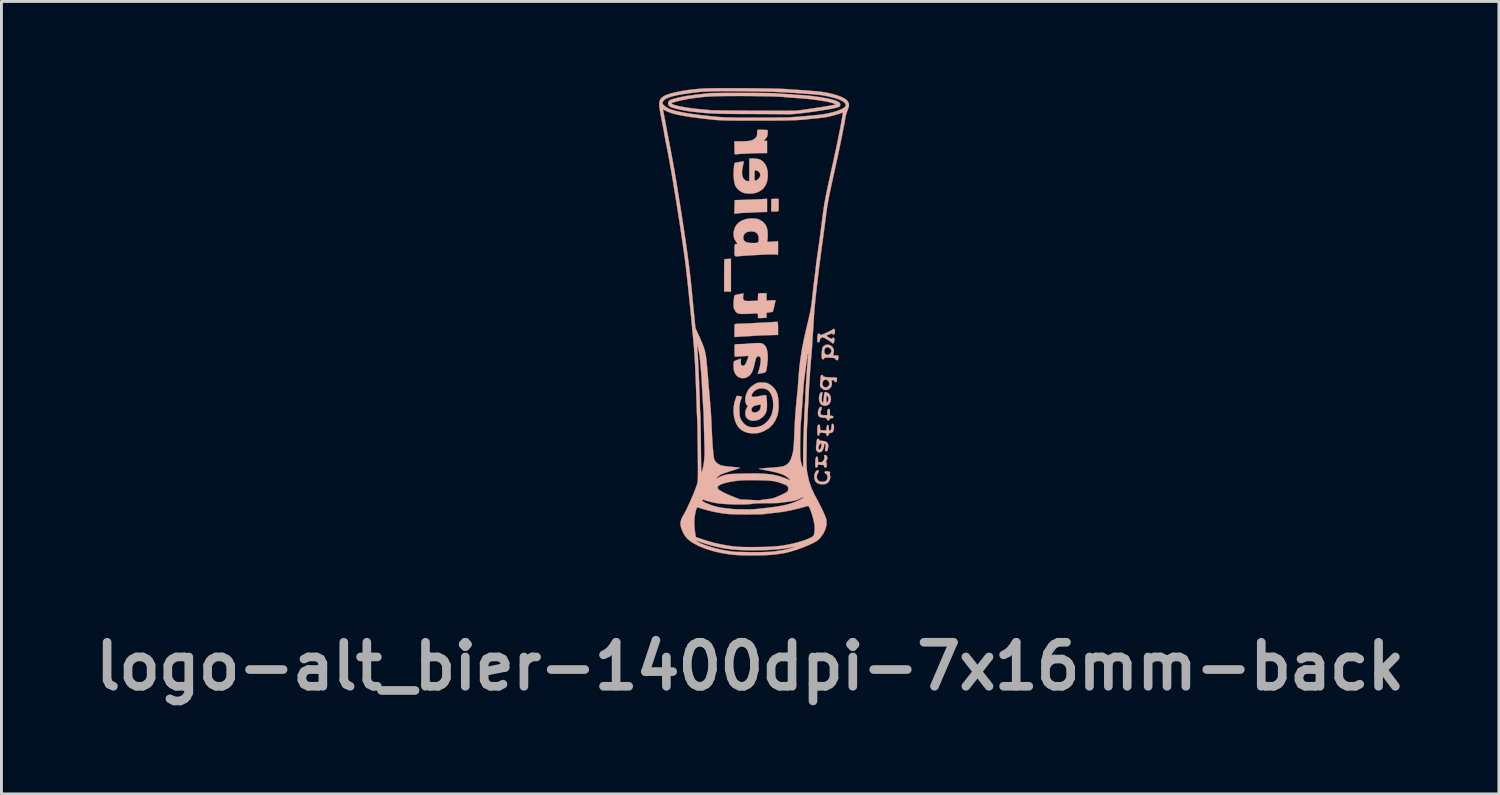
<source format=kicad_pcb>
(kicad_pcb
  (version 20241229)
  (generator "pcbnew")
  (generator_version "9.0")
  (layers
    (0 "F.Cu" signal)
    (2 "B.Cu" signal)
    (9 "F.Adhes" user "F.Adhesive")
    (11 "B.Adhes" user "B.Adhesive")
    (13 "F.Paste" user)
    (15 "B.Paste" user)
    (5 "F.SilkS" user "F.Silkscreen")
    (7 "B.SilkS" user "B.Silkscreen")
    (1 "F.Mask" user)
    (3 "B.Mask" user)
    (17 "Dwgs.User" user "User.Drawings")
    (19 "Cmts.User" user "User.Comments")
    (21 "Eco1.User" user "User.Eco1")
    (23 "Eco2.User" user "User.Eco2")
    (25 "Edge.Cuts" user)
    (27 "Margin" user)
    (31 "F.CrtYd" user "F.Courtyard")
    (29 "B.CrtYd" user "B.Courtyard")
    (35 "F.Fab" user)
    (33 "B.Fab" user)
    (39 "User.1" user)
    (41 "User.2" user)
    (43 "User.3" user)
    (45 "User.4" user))
  (footprint "logo-alt_bier-1400dpi-7x16mm-back"
    (layer "F.Cu")
    (at 22.99 7.962)
    (property "Reference" "logo-alt_bier-1400dpi-7x16mm-back" (at -0.05 12.075 0) (layer "F.Fab") (effects (font (size 1.524 1.524) (thickness 0.3))))
    (attr through_hole)
    (fp_poly (pts (xy -0.821 -2.041) (xy -0.88 -2.039) (xy -0.923 -2.036) (xy -0.939 -2.035) (xy -0.942 -2.018) (xy -0.945 -1.968) (xy -0.948 -1.891) (xy -0.95 -1.79) (xy -0.951 -1.671) (xy -0.952 -1.538) (xy -0.952 -1.472) (xy -0.952 -0.909) (xy -0.716 -0.909) (xy -0.716 -2.046) (xy -0.821 -2.041)) (stroke (width 0.01) (type solid)) (fill yes) (layer "B.SilkS"))
    (fp_poly (pts (xy 0.808 -4.123) (xy 0.681 -4.117) (xy 0.681 -3.685) (xy 0.808 -3.685) (xy 0.882 -3.687) (xy 0.923 -3.695) (xy 0.935 -3.708) (xy 0.936 -3.744) (xy 0.936 -3.804) (xy 0.936 -3.877) (xy 0.936 -3.953) (xy 0.936 -4.023) (xy 0.936 -4.076) (xy 0.936 -4.102) (xy 0.929 -4.117) (xy 0.904 -4.124) (xy 0.854 -4.125) (xy 0.808 -4.123)) (stroke (width 0.01) (type solid)) (fill yes) (layer "B.SilkS"))
    (fp_poly (pts (xy 0.368 -4.114) (xy 0.297 -4.11) (xy 0.199 -4.105) (xy 0.081 -4.1) (xy -0.046 -4.096) (xy -0.175 -4.091) (xy -0.19 -4.091) (xy -0.305 -4.088) (xy -0.407 -4.084) (xy -0.49 -4.082) (xy -0.549 -4.079) (xy -0.58 -4.078) (xy -0.583 -4.077) (xy -0.584 -4.06) (xy -0.587 -4.012) (xy -0.589 -3.942) (xy -0.592 -3.857) (xy -0.593 -3.844) (xy -0.6 -3.612) (xy -0.543 -3.612) (xy -0.501 -3.615) (xy -0.478 -3.621) (xy -0.478 -3.621) (xy -0.458 -3.624) (xy -0.408 -3.629) (xy -0.335 -3.634) (xy -0.245 -3.638) (xy -0.198 -3.64) (xy -0.094 -3.645) (xy 0.005 -3.649) (xy 0.09 -3.654) (xy 0.15 -3.657) (xy 0.164 -3.658) (xy 0.229 -3.661) (xy 0.312 -3.664) (xy 0.395 -3.666) (xy 0.535 -3.667) (xy 0.535 -4.125) (xy 0.368 -4.114)) (stroke (width 0.01) (type solid)) (fill yes) (layer "B.SilkS"))
    (fp_poly (pts (xy 2.282 5.281) (xy 2.241 5.305) (xy 2.205 5.356) (xy 2.179 5.423) (xy 2.168 5.495) (xy 2.168 5.499) (xy 2.182 5.602) (xy 2.222 5.681) (xy 2.288 5.734) (xy 2.38 5.762) (xy 2.45 5.767) (xy 2.542 5.76) (xy 2.61 5.736) (xy 2.615 5.733) (xy 2.669 5.681) (xy 2.707 5.609) (xy 2.724 5.531) (xy 2.718 5.469) (xy 2.709 5.422) (xy 2.713 5.387) (xy 2.714 5.384) (xy 2.719 5.352) (xy 2.692 5.328) (xy 2.638 5.315) (xy 2.611 5.314) (xy 2.56 5.316) (xy 2.537 5.327) (xy 2.531 5.349) (xy 2.531 5.351) (xy 2.548 5.387) (xy 2.575 5.404) (xy 2.613 5.436) (xy 2.632 5.487) (xy 2.632 5.546) (xy 2.613 5.603) (xy 2.576 5.647) (xy 2.562 5.655) (xy 2.484 5.679) (xy 2.403 5.679) (xy 2.333 5.655) (xy 2.304 5.632) (xy 2.269 5.574) (xy 2.257 5.501) (xy 2.271 5.428) (xy 2.297 5.379) (xy 2.321 5.335) (xy 2.322 5.299) (xy 2.302 5.281) (xy 2.282 5.281)) (stroke (width 0.01) (type solid)) (fill yes) (layer "B.SilkS"))
    (fp_poly (pts (xy 2.363 3.103) (xy 2.334 3.145) (xy 2.311 3.205) (xy 2.298 3.275) (xy 2.297 3.303) (xy 2.305 3.371) (xy 2.335 3.418) (xy 2.391 3.446) (xy 2.478 3.46) (xy 2.482 3.46) (xy 2.547 3.465) (xy 2.584 3.473) (xy 2.602 3.487) (xy 2.607 3.506) (xy 2.623 3.537) (xy 2.652 3.552) (xy 2.68 3.549) (xy 2.694 3.524) (xy 2.694 3.52) (xy 2.702 3.495) (xy 2.731 3.482) (xy 2.762 3.478) (xy 2.809 3.47) (xy 2.828 3.453) (xy 2.83 3.436) (xy 2.821 3.409) (xy 2.787 3.396) (xy 2.772 3.394) (xy 2.713 3.388) (xy 2.713 3.272) (xy 2.711 3.208) (xy 2.706 3.173) (xy 2.694 3.158) (xy 2.678 3.155) (xy 2.648 3.164) (xy 2.63 3.197) (xy 2.623 3.257) (xy 2.622 3.292) (xy 2.622 3.373) (xy 2.533 3.373) (xy 2.474 3.37) (xy 2.428 3.365) (xy 2.415 3.362) (xy 2.392 3.335) (xy 2.387 3.285) (xy 2.399 3.22) (xy 2.414 3.178) (xy 2.43 3.125) (xy 2.424 3.095) (xy 2.422 3.093) (xy 2.393 3.083) (xy 2.363 3.103)) (stroke (width 0.01) (type solid)) (fill yes) (layer "B.SilkS"))
    (fp_poly (pts (xy 2.531 2.586) (xy 2.517 2.627) (xy 2.508 2.697) (xy 2.503 2.756) (xy 2.496 2.832) (xy 2.488 2.892) (xy 2.48 2.929) (xy 2.475 2.937) (xy 2.456 2.923) (xy 2.439 2.898) (xy 2.428 2.853) (xy 2.429 2.78) (xy 2.443 2.678) (xy 2.451 2.632) (xy 2.457 2.591) (xy 2.448 2.576) (xy 2.421 2.577) (xy 2.385 2.6) (xy 2.357 2.652) (xy 2.339 2.73) (xy 2.333 2.807) (xy 2.346 2.897) (xy 2.384 2.969) (xy 2.441 3.02) (xy 2.512 3.044) (xy 2.592 3.039) (xy 2.644 3.018) (xy 2.701 2.968) (xy 2.736 2.899) (xy 2.749 2.819) (xy 2.746 2.794) (xy 2.666 2.794) (xy 2.665 2.833) (xy 2.65 2.874) (xy 2.625 2.922) (xy 2.606 2.935) (xy 2.593 2.912) (xy 2.586 2.855) (xy 2.586 2.82) (xy 2.589 2.745) (xy 2.6 2.703) (xy 2.616 2.694) (xy 2.637 2.719) (xy 2.65 2.745) (xy 2.666 2.794) (xy 2.746 2.794) (xy 2.74 2.739) (xy 2.71 2.667) (xy 2.658 2.612) (xy 2.641 2.602) (xy 2.589 2.578) (xy 2.554 2.571) (xy 2.531 2.586)) (stroke (width 0.01) (type solid)) (fill yes) (layer "B.SilkS"))
    (fp_poly (pts (xy 2.521 4.756) (xy 2.516 4.778) (xy 2.521 4.816) (xy 2.525 4.866) (xy 2.51 4.908) (xy 2.485 4.944) (xy 2.45 4.985) (xy 2.416 5.001) (xy 2.371 5.002) (xy 2.304 4.996) (xy 2.299 4.901) (xy 2.293 4.844) (xy 2.283 4.815) (xy 2.265 4.806) (xy 2.26 4.806) (xy 2.237 4.819) (xy 2.22 4.858) (xy 2.209 4.928) (xy 2.205 5.03) (xy 2.205 5.064) (xy 2.206 5.13) (xy 2.21 5.167) (xy 2.221 5.183) (xy 2.24 5.187) (xy 2.241 5.187) (xy 2.272 5.175) (xy 2.289 5.134) (xy 2.289 5.131) (xy 2.301 5.092) (xy 2.322 5.081) (xy 2.355 5.085) (xy 2.414 5.094) (xy 2.461 5.096) (xy 2.499 5.102) (xy 2.512 5.124) (xy 2.513 5.141) (xy 2.522 5.178) (xy 2.546 5.187) (xy 2.581 5.181) (xy 2.592 5.175) (xy 2.601 5.148) (xy 2.604 5.102) (xy 2.601 5.053) (xy 2.592 5.015) (xy 2.582 5.001) (xy 2.573 4.986) (xy 2.59 4.952) (xy 2.591 4.95) (xy 2.618 4.892) (xy 2.622 4.834) (xy 2.605 4.786) (xy 2.57 4.756) (xy 2.544 4.751) (xy 2.521 4.756)) (stroke (width 0.01) (type solid)) (fill yes) (layer "B.SilkS"))
    (fp_poly (pts (xy 0.818 0.14) (xy 0.75 0.144) (xy 0.731 0.146) (xy 0.66 0.151) (xy 0.564 0.157) (xy 0.452 0.163) (xy 0.337 0.169) (xy 0.293 0.171) (xy 0.189 0.175) (xy 0.094 0.18) (xy 0.016 0.185) (xy -0.037 0.188) (xy -0.054 0.19) (xy -0.093 0.192) (xy -0.159 0.195) (xy -0.243 0.198) (xy -0.336 0.199) (xy -0.34 0.199) (xy -0.429 0.202) (xy -0.503 0.206) (xy -0.557 0.212) (xy -0.582 0.219) (xy -0.583 0.22) (xy -0.587 0.244) (xy -0.59 0.296) (xy -0.593 0.369) (xy -0.593 0.448) (xy -0.593 0.66) (xy -0.546 0.662) (xy -0.509 0.662) (xy -0.494 0.659) (xy -0.475 0.656) (xy -0.426 0.652) (xy -0.355 0.648) (xy -0.267 0.643) (xy -0.235 0.642) (xy -0.139 0.637) (xy -0.053 0.632) (xy 0.015 0.627) (xy 0.057 0.624) (xy 0.063 0.623) (xy 0.094 0.62) (xy 0.155 0.617) (xy 0.24 0.613) (xy 0.344 0.609) (xy 0.461 0.605) (xy 0.512 0.603) (xy 0.916 0.591) (xy 0.916 0.369) (xy 0.915 0.262) (xy 0.91 0.188) (xy 0.902 0.147) (xy 0.897 0.14) (xy 0.87 0.138) (xy 0.818 0.14)) (stroke (width 0.01) (type solid)) (fill yes) (layer "B.SilkS"))
    (fp_poly (pts (xy 0.229 -6.517) (xy 0.222 -6.517) (xy 0.205 -6.51) (xy 0.195 -6.488) (xy 0.191 -6.441) (xy 0.191 -6.404) (xy 0.189 -6.34) (xy 0.18 -6.298) (xy 0.159 -6.263) (xy 0.123 -6.225) (xy 0.076 -6.186) (xy 0.022 -6.157) (xy -0.047 -6.137) (xy -0.134 -6.124) (xy -0.247 -6.118) (xy -0.368 -6.116) (xy -0.599 -6.116) (xy -0.595 -5.93) (xy -0.594 -5.847) (xy -0.592 -5.775) (xy -0.591 -5.722) (xy -0.591 -5.703) (xy -0.58 -5.671) (xy -0.547 -5.663) (xy -0.511 -5.665) (xy -0.497 -5.67) (xy -0.477 -5.674) (xy -0.426 -5.678) (xy -0.351 -5.683) (xy -0.258 -5.688) (xy -0.152 -5.693) (xy -0.041 -5.698) (xy 0.072 -5.702) (xy 0.178 -5.705) (xy 0.273 -5.707) (xy 0.349 -5.708) (xy 0.535 -5.708) (xy 0.535 -5.921) (xy 0.535 -6.134) (xy 0.42 -6.134) (xy 0.466 -6.184) (xy 0.504 -6.23) (xy 0.534 -6.275) (xy 0.535 -6.277) (xy 0.546 -6.314) (xy 0.555 -6.368) (xy 0.559 -6.426) (xy 0.559 -6.476) (xy 0.553 -6.504) (xy 0.552 -6.505) (xy 0.532 -6.508) (xy 0.486 -6.512) (xy 0.422 -6.514) (xy 0.352 -6.516) (xy 0.284 -6.517) (xy 0.229 -6.517)) (stroke (width 0.01) (type solid)) (fill yes) (layer "B.SilkS"))
    (fp_poly (pts (xy 2.279 4.194) (xy 2.266 4.214) (xy 2.257 4.257) (xy 2.252 4.302) (xy 2.244 4.377) (xy 2.236 4.45) (xy 2.23 4.489) (xy 2.233 4.559) (xy 2.259 4.614) (xy 2.301 4.649) (xy 2.353 4.66) (xy 2.408 4.643) (xy 2.438 4.618) (xy 2.479 4.553) (xy 2.506 4.47) (xy 2.513 4.403) (xy 2.516 4.382) (xy 2.421 4.382) (xy 2.418 4.432) (xy 2.418 4.434) (xy 2.405 4.496) (xy 2.383 4.541) (xy 2.359 4.566) (xy 2.337 4.565) (xy 2.32 4.536) (xy 2.317 4.521) (xy 2.32 4.474) (xy 2.337 4.423) (xy 2.362 4.379) (xy 2.388 4.354) (xy 2.397 4.352) (xy 2.415 4.358) (xy 2.421 4.382) (xy 2.516 4.382) (xy 2.518 4.368) (xy 2.536 4.363) (xy 2.542 4.365) (xy 2.56 4.379) (xy 2.565 4.41) (xy 2.561 4.459) (xy 2.553 4.518) (xy 2.546 4.567) (xy 2.545 4.579) (xy 2.553 4.61) (xy 2.58 4.621) (xy 2.608 4.618) (xy 2.627 4.593) (xy 2.639 4.558) (xy 2.657 4.453) (xy 2.648 4.371) (xy 2.611 4.313) (xy 2.546 4.277) (xy 2.452 4.262) (xy 2.431 4.262) (xy 2.379 4.258) (xy 2.353 4.244) (xy 2.344 4.225) (xy 2.321 4.195) (xy 2.299 4.189) (xy 2.279 4.194)) (stroke (width 0.01) (type solid)) (fill yes) (layer "B.SilkS"))
    (fp_poly (pts (xy 2.784 3.678) (xy 2.77 3.719) (xy 2.767 3.765) (xy 2.76 3.841) (xy 2.74 3.893) (xy 2.71 3.916) (xy 2.704 3.917) (xy 2.687 3.905) (xy 2.677 3.865) (xy 2.673 3.813) (xy 2.667 3.75) (xy 2.656 3.717) (xy 2.64 3.708) (xy 2.619 3.724) (xy 2.603 3.772) (xy 2.596 3.804) (xy 2.58 3.9) (xy 2.479 3.895) (xy 2.377 3.89) (xy 2.371 3.794) (xy 2.366 3.737) (xy 2.356 3.709) (xy 2.337 3.699) (xy 2.333 3.699) (xy 2.309 3.704) (xy 2.293 3.723) (xy 2.283 3.761) (xy 2.278 3.825) (xy 2.277 3.918) (xy 2.278 3.995) (xy 2.281 4.043) (xy 2.287 4.069) (xy 2.299 4.079) (xy 2.313 4.08) (xy 2.342 4.069) (xy 2.35 4.036) (xy 2.353 4.002) (xy 2.368 3.984) (xy 2.403 3.978) (xy 2.464 3.982) (xy 2.482 3.984) (xy 2.54 3.991) (xy 2.571 4.002) (xy 2.585 4.02) (xy 2.589 4.042) (xy 2.604 4.084) (xy 2.63 4.095) (xy 2.655 4.076) (xy 2.667 4.045) (xy 2.682 4.005) (xy 2.71 3.99) (xy 2.729 3.989) (xy 2.779 3.976) (xy 2.813 3.953) (xy 2.837 3.907) (xy 2.851 3.843) (xy 2.855 3.774) (xy 2.846 3.716) (xy 2.835 3.692) (xy 2.806 3.668) (xy 2.784 3.678)) (stroke (width 0.01) (type solid)) (fill yes) (layer "B.SilkS"))
    (fp_poly (pts (xy 2.578 0.932) (xy 2.511 0.963) (xy 2.465 1.012) (xy 2.451 1.05) (xy 2.44 1.112) (xy 2.432 1.188) (xy 2.428 1.267) (xy 2.428 1.34) (xy 2.433 1.396) (xy 2.443 1.426) (xy 2.472 1.439) (xy 2.501 1.428) (xy 2.513 1.402) (xy 2.523 1.388) (xy 2.557 1.38) (xy 2.62 1.377) (xy 2.628 1.377) (xy 2.75 1.38) (xy 2.837 1.389) (xy 2.89 1.406) (xy 2.912 1.429) (xy 2.912 1.434) (xy 2.926 1.46) (xy 2.958 1.469) (xy 2.99 1.456) (xy 2.991 1.455) (xy 2.999 1.431) (xy 3.003 1.386) (xy 3.003 1.374) (xy 3.003 1.304) (xy 2.91 1.304) (xy 2.856 1.303) (xy 2.83 1.297) (xy 2.825 1.282) (xy 2.829 1.263) (xy 2.847 1.189) (xy 2.85 1.15) (xy 2.767 1.15) (xy 2.751 1.202) (xy 2.712 1.25) (xy 2.662 1.281) (xy 2.632 1.286) (xy 2.584 1.273) (xy 2.549 1.25) (xy 2.521 1.199) (xy 2.517 1.135) (xy 2.535 1.074) (xy 2.574 1.028) (xy 2.575 1.028) (xy 2.623 1.015) (xy 2.677 1.028) (xy 2.725 1.062) (xy 2.758 1.109) (xy 2.767 1.15) (xy 2.85 1.15) (xy 2.852 1.135) (xy 2.843 1.088) (xy 2.833 1.063) (xy 2.788 0.994) (xy 2.725 0.949) (xy 2.652 0.927) (xy 2.578 0.932)) (stroke (width 0.01) (type solid)) (fill yes) (layer "B.SilkS"))
    (fp_poly (pts (xy 2.411 1.987) (xy 2.397 2.01) (xy 2.391 2.057) (xy 2.389 2.075) (xy 2.384 2.149) (xy 2.377 2.232) (xy 2.374 2.271) (xy 2.37 2.331) (xy 2.375 2.37) (xy 2.393 2.401) (xy 2.428 2.438) (xy 2.499 2.488) (xy 2.577 2.502) (xy 2.658 2.481) (xy 2.688 2.465) (xy 2.749 2.406) (xy 2.779 2.328) (xy 2.779 2.271) (xy 2.694 2.271) (xy 2.681 2.332) (xy 2.645 2.378) (xy 2.595 2.405) (xy 2.542 2.407) (xy 2.492 2.381) (xy 2.485 2.374) (xy 2.457 2.321) (xy 2.454 2.262) (xy 2.472 2.205) (xy 2.507 2.16) (xy 2.557 2.139) (xy 2.567 2.139) (xy 2.619 2.155) (xy 2.664 2.195) (xy 2.691 2.247) (xy 2.694 2.271) (xy 2.779 2.271) (xy 2.779 2.238) (xy 2.773 2.188) (xy 2.778 2.165) (xy 2.797 2.157) (xy 2.814 2.157) (xy 2.856 2.169) (xy 2.871 2.193) (xy 2.892 2.223) (xy 2.912 2.23) (xy 2.936 2.218) (xy 2.95 2.179) (xy 2.953 2.162) (xy 2.957 2.114) (xy 2.955 2.083) (xy 2.954 2.08) (xy 2.933 2.072) (xy 2.887 2.067) (xy 2.85 2.066) (xy 2.782 2.065) (xy 2.696 2.06) (xy 2.616 2.055) (xy 2.545 2.047) (xy 2.503 2.039) (xy 2.482 2.028) (xy 2.477 2.011) (xy 2.477 2.008) (xy 2.467 1.982) (xy 2.436 1.979) (xy 2.411 1.987)) (stroke (width 0.01) (type solid)) (fill yes) (layer "B.SilkS"))
    (fp_poly (pts (xy 2.827 0.385) (xy 2.809 0.404) (xy 2.788 0.419) (xy 2.742 0.444) (xy 2.678 0.476) (xy 2.606 0.51) (xy 2.532 0.543) (xy 2.465 0.571) (xy 2.414 0.59) (xy 2.387 0.597) (xy 2.37 0.582) (xy 2.368 0.57) (xy 2.353 0.547) (xy 2.334 0.542) (xy 2.307 0.556) (xy 2.289 0.597) (xy 2.28 0.67) (xy 2.277 0.754) (xy 2.278 0.811) (xy 2.284 0.84) (xy 2.299 0.849) (xy 2.318 0.847) (xy 2.347 0.836) (xy 2.361 0.804) (xy 2.364 0.775) (xy 2.375 0.726) (xy 2.401 0.698) (xy 2.423 0.687) (xy 2.45 0.678) (xy 2.477 0.679) (xy 2.512 0.69) (xy 2.562 0.717) (xy 2.623 0.752) (xy 2.688 0.792) (xy 2.741 0.828) (xy 2.773 0.854) (xy 2.78 0.862) (xy 2.804 0.884) (xy 2.821 0.887) (xy 2.843 0.877) (xy 2.857 0.843) (xy 2.864 0.803) (xy 2.869 0.75) (xy 2.868 0.712) (xy 2.866 0.704) (xy 2.839 0.688) (xy 2.807 0.696) (xy 2.792 0.714) (xy 2.78 0.727) (xy 2.757 0.724) (xy 2.713 0.702) (xy 2.697 0.693) (xy 2.636 0.658) (xy 2.605 0.634) (xy 2.603 0.616) (xy 2.628 0.598) (xy 2.668 0.58) (xy 2.74 0.552) (xy 2.784 0.543) (xy 2.803 0.555) (xy 2.803 0.56) (xy 2.818 0.575) (xy 2.837 0.579) (xy 2.862 0.568) (xy 2.878 0.533) (xy 2.883 0.507) (xy 2.887 0.454) (xy 2.885 0.413) (xy 2.883 0.408) (xy 2.859 0.382) (xy 2.827 0.385)) (stroke (width 0.01) (type solid)) (fill yes) (layer "B.SilkS"))
    (fp_poly (pts (xy 0.292 -0.853) (xy 0.244 -0.846) (xy 0.226 -0.835) (xy 0.225 -0.832) (xy 0.224 -0.803) (xy 0.222 -0.75) (xy 0.221 -0.701) (xy 0.218 -0.592) (xy -0.006 -0.586) (xy -0.102 -0.584) (xy -0.169 -0.585) (xy -0.213 -0.589) (xy -0.242 -0.597) (xy -0.263 -0.61) (xy -0.267 -0.613) (xy -0.288 -0.638) (xy -0.296 -0.67) (xy -0.295 -0.722) (xy -0.293 -0.747) (xy -0.282 -0.848) (xy -0.435 -0.821) (xy -0.524 -0.802) (xy -0.578 -0.784) (xy -0.6 -0.766) (xy -0.605 -0.736) (xy -0.611 -0.679) (xy -0.617 -0.605) (xy -0.62 -0.546) (xy -0.623 -0.458) (xy -0.623 -0.396) (xy -0.617 -0.352) (xy -0.605 -0.314) (xy -0.586 -0.274) (xy -0.556 -0.222) (xy -0.522 -0.184) (xy -0.48 -0.157) (xy -0.424 -0.142) (xy -0.347 -0.135) (xy -0.244 -0.135) (xy -0.145 -0.139) (xy -0.046 -0.143) (xy 0.044 -0.147) (xy 0.116 -0.15) (xy 0.162 -0.153) (xy 0.173 -0.153) (xy 0.201 -0.152) (xy 0.214 -0.136) (xy 0.219 -0.098) (xy 0.22 -0.075) (xy 0.222 0.007) (xy 0.292 0.007) (xy 0.36 0.006) (xy 0.431 0.002) (xy 0.44 0.002) (xy 0.517 -0.004) (xy 0.517 -0.094) (xy 0.52 -0.149) (xy 0.529 -0.176) (xy 0.548 -0.184) (xy 0.549 -0.184) (xy 0.602 -0.188) (xy 0.659 -0.196) (xy 0.708 -0.206) (xy 0.735 -0.216) (xy 0.737 -0.217) (xy 0.744 -0.238) (xy 0.756 -0.285) (xy 0.772 -0.349) (xy 0.789 -0.421) (xy 0.805 -0.492) (xy 0.817 -0.553) (xy 0.825 -0.595) (xy 0.826 -0.606) (xy 0.809 -0.611) (xy 0.765 -0.612) (xy 0.7 -0.61) (xy 0.671 -0.608) (xy 0.517 -0.597) (xy 0.517 -0.855) (xy 0.372 -0.855) (xy 0.292 -0.853)) (stroke (width 0.01) (type solid)) (fill yes) (layer "B.SilkS"))
    (fp_poly (pts (xy -0.022 -5.52) (xy -0.081 -5.517) (xy -0.081 -4.737) (xy -0.133 -4.737) (xy -0.186 -4.749) (xy -0.231 -4.773) (xy -0.29 -4.84) (xy -0.324 -4.93) (xy -0.334 -5.044) (xy -0.319 -5.184) (xy -0.3 -5.272) (xy -0.285 -5.34) (xy -0.274 -5.391) (xy -0.27 -5.419) (xy -0.27 -5.422) (xy -0.289 -5.421) (xy -0.333 -5.415) (xy -0.392 -5.405) (xy -0.457 -5.394) (xy -0.517 -5.382) (xy -0.562 -5.373) (xy -0.583 -5.367) (xy -0.583 -5.367) (xy -0.593 -5.34) (xy -0.604 -5.285) (xy -0.613 -5.209) (xy -0.62 -5.122) (xy -0.624 -5.031) (xy -0.624 -5.02) (xy -0.621 -4.864) (xy -0.604 -4.725) (xy -0.576 -4.61) (xy -0.552 -4.554) (xy -0.496 -4.475) (xy -0.416 -4.403) (xy -0.325 -4.348) (xy -0.274 -4.329) (xy -0.168 -4.309) (xy -0.047 -4.304) (xy 0.072 -4.313) (xy 0.167 -4.336) (xy 0.3 -4.397) (xy 0.404 -4.479) (xy 0.482 -4.584) (xy 0.533 -4.713) (xy 0.559 -4.868) (xy 0.562 -4.91) (xy 0.561 -4.926) (xy 0.3 -4.926) (xy 0.271 -4.857) (xy 0.238 -4.817) (xy 0.193 -4.78) (xy 0.152 -4.758) (xy 0.138 -4.755) (xy 0.121 -4.758) (xy 0.11 -4.768) (xy 0.104 -4.794) (xy 0.101 -4.842) (xy 0.1 -4.917) (xy 0.1 -4.939) (xy 0.101 -5.022) (xy 0.103 -5.075) (xy 0.109 -5.103) (xy 0.118 -5.113) (xy 0.129 -5.111) (xy 0.17 -5.101) (xy 0.184 -5.1) (xy 0.214 -5.088) (xy 0.252 -5.059) (xy 0.255 -5.056) (xy 0.294 -4.994) (xy 0.3 -4.926) (xy 0.561 -4.926) (xy 0.556 -5.076) (xy 0.523 -5.217) (xy 0.464 -5.335) (xy 0.405 -5.403) (xy 0.34 -5.456) (xy 0.267 -5.492) (xy 0.181 -5.513) (xy 0.072 -5.521) (xy -0.022 -5.52)) (stroke (width 0.01) (type solid)) (fill yes) (layer "B.SilkS"))
    (fp_poly (pts (xy -0.034 -3.445) (xy -0.194 -3.422) (xy -0.332 -3.374) (xy -0.446 -3.303) (xy -0.533 -3.211) (xy -0.593 -3.1) (xy -0.623 -2.972) (xy -0.626 -2.913) (xy -0.615 -2.798) (xy -0.579 -2.7) (xy -0.532 -2.628) (xy -0.502 -2.585) (xy -0.499 -2.562) (xy -0.524 -2.557) (xy -0.547 -2.558) (xy -0.567 -2.555) (xy -0.58 -2.536) (xy -0.588 -2.495) (xy -0.592 -2.429) (xy -0.593 -2.331) (xy -0.593 -2.327) (xy -0.593 -2.241) (xy -0.59 -2.184) (xy -0.577 -2.149) (xy -0.551 -2.133) (xy -0.503 -2.13) (xy -0.429 -2.137) (xy -0.363 -2.143) (xy -0.291 -2.149) (xy -0.194 -2.156) (xy -0.083 -2.163) (xy 0.03 -2.169) (xy 0.064 -2.171) (xy 0.163 -2.176) (xy 0.25 -2.18) (xy 0.319 -2.185) (xy 0.362 -2.188) (xy 0.372 -2.189) (xy 0.399 -2.191) (xy 0.456 -2.193) (xy 0.533 -2.195) (xy 0.625 -2.196) (xy 0.658 -2.196) (xy 0.916 -2.197) (xy 0.916 -2.655) (xy 0.724 -2.642) (xy 0.532 -2.629) (xy 0.545 -2.669) (xy 0.55 -2.705) (xy 0.554 -2.756) (xy 0.245 -2.756) (xy 0.243 -2.68) (xy 0.232 -2.633) (xy 0.208 -2.608) (xy 0.164 -2.597) (xy 0.112 -2.593) (xy -0.03 -2.593) (xy -0.14 -2.608) (xy -0.217 -2.639) (xy -0.243 -2.659) (xy -0.276 -2.704) (xy -0.289 -2.759) (xy -0.29 -2.785) (xy -0.274 -2.867) (xy -0.229 -2.93) (xy -0.155 -2.973) (xy -0.056 -2.994) (xy -0.009 -2.996) (xy 0.093 -2.983) (xy 0.17 -2.945) (xy 0.22 -2.881) (xy 0.243 -2.794) (xy 0.245 -2.756) (xy 0.554 -2.756) (xy 0.555 -2.766) (xy 0.557 -2.843) (xy 0.558 -2.885) (xy 0.551 -3.02) (xy 0.528 -3.129) (xy 0.486 -3.218) (xy 0.422 -3.297) (xy 0.394 -3.323) (xy 0.299 -3.389) (xy 0.191 -3.43) (xy 0.064 -3.446) (xy -0.034 -3.445)) (stroke (width 0.01) (type solid)) (fill yes) (layer "B.SilkS"))
    (fp_poly (pts (xy 0.152 0.875) (xy 0.083 0.878) (xy -0.004 0.884) (xy -0.078 0.889) (xy -0.13 0.894) (xy -0.155 0.897) (xy -0.155 0.897) (xy -0.177 0.9) (xy -0.227 0.903) (xy -0.298 0.906) (xy -0.378 0.908) (xy -0.47 0.911) (xy -0.532 0.915) (xy -0.569 0.921) (xy -0.586 0.93) (xy -0.591 0.941) (xy -0.591 0.97) (xy -0.591 1.026) (xy -0.591 1.101) (xy -0.591 1.159) (xy -0.591 1.244) (xy -0.588 1.3) (xy -0.583 1.331) (xy -0.573 1.344) (xy -0.559 1.346) (xy -0.559 1.346) (xy -0.529 1.344) (xy -0.471 1.34) (xy -0.394 1.335) (xy -0.316 1.331) (xy -0.105 1.318) (xy -0.148 1.452) (xy -0.175 1.523) (xy -0.205 1.586) (xy -0.233 1.627) (xy -0.235 1.63) (xy -0.27 1.658) (xy -0.299 1.662) (xy -0.326 1.653) (xy -0.353 1.635) (xy -0.369 1.609) (xy -0.375 1.564) (xy -0.374 1.493) (xy -0.373 1.482) (xy -0.37 1.415) (xy -0.484 1.453) (xy -0.545 1.476) (xy -0.591 1.497) (xy -0.612 1.511) (xy -0.62 1.543) (xy -0.624 1.599) (xy -0.625 1.67) (xy -0.622 1.744) (xy -0.615 1.811) (xy -0.607 1.853) (xy -0.569 1.935) (xy -0.51 2.009) (xy -0.444 2.057) (xy -0.346 2.09) (xy -0.247 2.088) (xy -0.159 2.056) (xy -0.094 2.017) (xy -0.041 1.966) (xy 0.003 1.9) (xy 0.042 1.812) (xy 0.077 1.698) (xy 0.109 1.567) (xy 0.126 1.496) (xy 0.143 1.432) (xy 0.157 1.391) (xy 0.189 1.344) (xy 0.232 1.329) (xy 0.279 1.347) (xy 0.285 1.353) (xy 0.304 1.374) (xy 0.314 1.401) (xy 0.316 1.443) (xy 0.313 1.511) (xy 0.312 1.522) (xy 0.301 1.61) (xy 0.281 1.711) (xy 0.257 1.8) (xy 0.212 1.943) (xy 0.251 1.933) (xy 0.292 1.925) (xy 0.351 1.916) (xy 0.387 1.911) (xy 0.433 1.903) (xy 0.467 1.892) (xy 0.49 1.87) (xy 0.507 1.832) (xy 0.52 1.772) (xy 0.533 1.684) (xy 0.54 1.636) (xy 0.558 1.441) (xy 0.559 1.273) (xy 0.54 1.133) (xy 0.504 1.023) (xy 0.45 0.943) (xy 0.378 0.893) (xy 0.341 0.882) (xy 0.297 0.875) (xy 0.236 0.873) (xy 0.152 0.875)) (stroke (width 0.01) (type solid)) (fill yes) (layer "B.SilkS"))
    (fp_poly (pts (xy 0.285 2.241) (xy 0.229 2.247) (xy 0.178 2.263) (xy 0.12 2.292) (xy 0.103 2.301) (xy -0.02 2.387) (xy -0.116 2.497) (xy -0.183 2.626) (xy -0.218 2.765) (xy -0.221 2.847) (xy -0.21 2.925) (xy -0.189 2.99) (xy -0.158 3.029) (xy -0.156 3.031) (xy -0.136 3.046) (xy -0.135 3.064) (xy -0.153 3.097) (xy -0.165 3.113) (xy -0.205 3.199) (xy -0.221 3.295) (xy -0.212 3.387) (xy -0.209 3.399) (xy -0.167 3.474) (xy -0.102 3.528) (xy -0.019 3.559) (xy 0.075 3.567) (xy 0.174 3.552) (xy 0.273 3.514) (xy 0.366 3.452) (xy 0.393 3.428) (xy 0.45 3.363) (xy 0.491 3.293) (xy 0.518 3.21) (xy 0.531 3.109) (xy 0.532 3.063) (xy 0.318 3.063) (xy 0.309 3.121) (xy 0.289 3.175) (xy 0.248 3.225) (xy 0.19 3.26) (xy 0.125 3.279) (xy 0.064 3.277) (xy 0.02 3.253) (xy -0.007 3.205) (xy -0.003 3.149) (xy 0.027 3.096) (xy 0.08 3.056) (xy 0.128 3.038) (xy 0.193 3.022) (xy 0.224 3.017) (xy 0.318 3.005) (xy 0.318 3.063) (xy 0.532 3.063) (xy 0.533 2.983) (xy 0.53 2.913) (xy 0.525 2.827) (xy 0.519 2.755) (xy 0.512 2.704) (xy 0.505 2.682) (xy 0.481 2.678) (xy 0.43 2.682) (xy 0.359 2.693) (xy 0.308 2.703) (xy 0.191 2.725) (xy 0.104 2.737) (xy 0.046 2.737) (xy 0.013 2.726) (xy 0.001 2.702) (xy 0.006 2.666) (xy 0.012 2.648) (xy 0.061 2.568) (xy 0.135 2.505) (xy 0.226 2.462) (xy 0.327 2.442) (xy 0.429 2.448) (xy 0.526 2.48) (xy 0.535 2.485) (xy 0.611 2.547) (xy 0.671 2.637) (xy 0.715 2.748) (xy 0.742 2.875) (xy 0.751 3.012) (xy 0.741 3.153) (xy 0.712 3.293) (xy 0.669 3.411) (xy 0.606 3.515) (xy 0.519 3.613) (xy 0.417 3.695) (xy 0.31 3.751) (xy 0.309 3.752) (xy 0.204 3.779) (xy 0.085 3.79) (xy -0.031 3.784) (xy -0.102 3.769) (xy -0.189 3.727) (xy -0.272 3.658) (xy -0.342 3.571) (xy -0.366 3.529) (xy -0.389 3.479) (xy -0.404 3.429) (xy -0.414 3.369) (xy -0.42 3.287) (xy -0.422 3.242) (xy -0.424 3.104) (xy -0.414 2.991) (xy -0.391 2.892) (xy -0.359 2.805) (xy -0.343 2.762) (xy -0.336 2.734) (xy -0.337 2.731) (xy -0.358 2.724) (xy -0.402 2.716) (xy -0.428 2.712) (xy -0.512 2.7) (xy -0.549 2.787) (xy -0.596 2.937) (xy -0.622 3.101) (xy -0.625 3.271) (xy -0.606 3.437) (xy -0.565 3.589) (xy -0.526 3.677) (xy -0.481 3.755) (xy -0.434 3.815) (xy -0.373 3.869) (xy -0.35 3.887) (xy -0.247 3.945) (xy -0.122 3.985) (xy 0.016 4.004) (xy 0.157 4.001) (xy 0.276 3.98) (xy 0.446 3.916) (xy 0.593 3.825) (xy 0.718 3.707) (xy 0.816 3.567) (xy 0.886 3.405) (xy 0.921 3.262) (xy 0.933 3.149) (xy 0.936 3.021) (xy 0.931 2.89) (xy 0.918 2.767) (xy 0.898 2.661) (xy 0.882 2.608) (xy 0.821 2.492) (xy 0.736 2.389) (xy 0.634 2.308) (xy 0.601 2.289) (xy 0.543 2.262) (xy 0.488 2.247) (xy 0.419 2.241) (xy 0.363 2.24) (xy 0.285 2.241)) (stroke (width 0.01) (type solid)) (fill yes) (layer "B.SilkS"))
    (fp_poly (pts (xy -0.65 -7.795) (xy -0.82 -7.795) (xy -0.979 -7.794) (xy -1.123 -7.792) (xy -1.248 -7.791) (xy -1.35 -7.789) (xy -1.425 -7.787) (xy -1.469 -7.784) (xy -1.722 -7.756) (xy -1.939 -7.73) (xy -2.124 -7.705) (xy -2.276 -7.683) (xy -2.398 -7.661) (xy -2.458 -7.648) (xy -2.595 -7.616) (xy -2.701 -7.588) (xy -2.779 -7.563) (xy -2.833 -7.537) (xy -2.868 -7.511) (xy -2.886 -7.48) (xy -2.893 -7.444) (xy -2.894 -7.431) (xy -2.887 -7.386) (xy -2.863 -7.348) (xy -2.82 -7.314) (xy -2.754 -7.284) (xy -2.66 -7.255) (xy -2.536 -7.225) (xy -2.446 -7.206) (xy -2.341 -7.186) (xy -2.239 -7.168) (xy -2.15 -7.154) (xy -2.083 -7.144) (xy -2.068 -7.143) (xy -1.999 -7.136) (xy -1.909 -7.127) (xy -1.816 -7.117) (xy -1.787 -7.114) (xy -1.69 -7.104) (xy -1.591 -7.095) (xy -1.484 -7.088) (xy -1.369 -7.082) (xy -1.24 -7.077) (xy -1.095 -7.072) (xy -0.93 -7.069) (xy -0.743 -7.066) (xy -0.53 -7.064) (xy -0.288 -7.063) (xy -0.013 -7.062) (xy 0.035 -7.062) (xy 0.236 -7.061) (xy 0.427 -7.06) (xy 0.605 -7.059) (xy 0.766 -7.058) (xy 0.907 -7.057) (xy 1.026 -7.056) (xy 1.118 -7.055) (xy 1.182 -7.054) (xy 1.212 -7.053) (xy 1.214 -7.052) (xy 1.247 -7.051) (xy 1.307 -7.053) (xy 1.385 -7.056) (xy 1.452 -7.061) (xy 1.567 -7.071) (xy 1.704 -7.086) (xy 1.856 -7.105) (xy 2.018 -7.126) (xy 2.184 -7.15) (xy 2.348 -7.174) (xy 2.506 -7.199) (xy 2.651 -7.223) (xy 2.778 -7.246) (xy 2.881 -7.267) (xy 2.954 -7.284) (xy 2.962 -7.287) (xy 3.021 -7.308) (xy 3.053 -7.33) (xy 3.068 -7.361) (xy 3.069 -7.362) (xy 3.071 -7.397) (xy 2.906 -7.397) (xy 2.883 -7.386) (xy 2.85 -7.377) (xy 2.787 -7.365) (xy 2.698 -7.349) (xy 2.588 -7.33) (xy 2.463 -7.31) (xy 2.329 -7.288) (xy 2.189 -7.267) (xy 2.049 -7.246) (xy 1.915 -7.226) (xy 1.792 -7.209) (xy 1.684 -7.194) (xy 1.597 -7.184) (xy 1.56 -7.18) (xy 1.528 -7.179) (xy 1.463 -7.178) (xy 1.369 -7.177) (xy 1.249 -7.176) (xy 1.108 -7.176) (xy 0.947 -7.176) (xy 0.771 -7.176) (xy 0.584 -7.176) (xy 0.387 -7.177) (xy 0.186 -7.178) (xy -0.018 -7.178) (xy -0.22 -7.179) (xy -0.417 -7.18) (xy -0.605 -7.182) (xy -0.783 -7.183) (xy -0.945 -7.184) (xy -1.088 -7.186) (xy -1.21 -7.187) (xy -1.307 -7.189) (xy -1.375 -7.19) (xy -1.411 -7.192) (xy -1.415 -7.192) (xy -1.459 -7.198) (xy -1.526 -7.206) (xy -1.603 -7.212) (xy -1.615 -7.213) (xy -1.787 -7.228) (xy -1.956 -7.246) (xy -2.119 -7.267) (xy -2.271 -7.29) (xy -2.409 -7.314) (xy -2.531 -7.339) (xy -2.632 -7.364) (xy -2.709 -7.388) (xy -2.758 -7.41) (xy -2.777 -7.431) (xy -2.773 -7.441) (xy -2.747 -7.454) (xy -2.693 -7.471) (xy -2.616 -7.492) (xy -2.524 -7.515) (xy -2.424 -7.538) (xy -2.322 -7.56) (xy -2.226 -7.579) (xy -2.142 -7.593) (xy -2.14 -7.593) (xy -1.995 -7.614) (xy -1.861 -7.631) (xy -1.734 -7.646) (xy -1.608 -7.658) (xy -1.479 -7.667) (xy -1.341 -7.674) (xy -1.19 -7.679) (xy -1.02 -7.682) (xy -0.826 -7.684) (xy -0.602 -7.685) (xy -0.499 -7.685) (xy -0.24 -7.685) (xy 0.008 -7.683) (xy 0.241 -7.68) (xy 0.457 -7.677) (xy 0.651 -7.673) (xy 0.822 -7.667) (xy 0.965 -7.661) (xy 1.077 -7.655) (xy 1.143 -7.649) (xy 1.197 -7.643) (xy 1.264 -7.637) (xy 1.351 -7.631) (xy 1.46 -7.622) (xy 1.598 -7.613) (xy 1.733 -7.604) (xy 1.905 -7.589) (xy 2.082 -7.571) (xy 2.256 -7.548) (xy 2.422 -7.523) (xy 2.575 -7.496) (xy 2.707 -7.468) (xy 2.813 -7.44) (xy 2.867 -7.422) (xy 2.902 -7.406) (xy 2.906 -7.397) (xy 3.071 -7.397) (xy 3.071 -7.408) (xy 3.051 -7.448) (xy 3.007 -7.485) (xy 2.934 -7.519) (xy 2.829 -7.553) (xy 2.74 -7.577) (xy 2.606 -7.606) (xy 2.445 -7.635) (xy 2.264 -7.662) (xy 2.073 -7.686) (xy 1.881 -7.706) (xy 1.695 -7.721) (xy 1.651 -7.723) (xy 1.566 -7.728) (xy 1.495 -7.733) (xy 1.445 -7.738) (xy 1.424 -7.741) (xy 1.424 -7.741) (xy 1.404 -7.743) (xy 1.353 -7.747) (xy 1.28 -7.751) (xy 1.19 -7.756) (xy 1.143 -7.758) (xy 1.044 -7.763) (xy 0.954 -7.768) (xy 0.882 -7.774) (xy 0.836 -7.778) (xy 0.826 -7.78) (xy 0.794 -7.783) (xy 0.73 -7.785) (xy 0.637 -7.788) (xy 0.521 -7.79) (xy 0.383 -7.791) (xy 0.229 -7.793) (xy 0.063 -7.794) (xy -0.112 -7.795) (xy -0.292 -7.795) (xy -0.473 -7.795) (xy -0.65 -7.795)) (stroke (width 0.01) (type solid)) (fill yes) (layer "B.SilkS"))
    (fp_poly (pts (xy -1.006 -7.957) (xy -1.189 -7.956) (xy -1.355 -7.954) (xy -1.498 -7.951) (xy -1.616 -7.948) (xy -1.703 -7.944) (xy -1.714 -7.943) (xy -1.958 -7.922) (xy -2.199 -7.893) (xy -2.43 -7.856) (xy -2.641 -7.814) (xy -2.786 -7.778) (xy -2.927 -7.734) (xy -3.035 -7.686) (xy -3.113 -7.631) (xy -3.164 -7.567) (xy -3.193 -7.491) (xy -3.202 -7.399) (xy -3.202 -7.397) (xy -3.199 -7.349) (xy -3.189 -7.272) (xy -3.174 -7.174) (xy -3.155 -7.062) (xy -3.133 -6.944) (xy -3.13 -6.929) (xy -3.106 -6.804) (xy -3.082 -6.679) (xy -3.06 -6.561) (xy -3.042 -6.462) (xy -3.029 -6.389) (xy -3.029 -6.388) (xy -3.017 -6.318) (xy -2.999 -6.221) (xy -2.976 -6.104) (xy -2.952 -5.977) (xy -2.926 -5.846) (xy -2.918 -5.808) (xy -2.884 -5.632) (xy -2.846 -5.424) (xy -2.804 -5.189) (xy -2.76 -4.931) (xy -2.713 -4.656) (xy -2.666 -4.366) (xy -2.617 -4.067) (xy -2.569 -3.763) (xy -2.521 -3.458) (xy -2.475 -3.158) (xy -2.431 -2.865) (xy -2.39 -2.585) (xy -2.352 -2.323) (xy -2.319 -2.082) (xy -2.291 -1.867) (xy -2.286 -1.834) (xy -2.274 -1.728) (xy -2.258 -1.59) (xy -2.24 -1.426) (xy -2.22 -1.24) (xy -2.198 -1.037) (xy -2.176 -0.822) (xy -2.153 -0.599) (xy -2.13 -0.374) (xy -2.108 -0.15) (xy -2.086 0.066) (xy -2.067 0.271) (xy -2.049 0.46) (xy -2.041 0.542) (xy -2.03 0.666) (xy -2.019 0.784) (xy -2.01 0.887) (xy -2.002 0.971) (xy -1.997 1.028) (xy -1.996 1.041) (xy -1.991 1.101) (xy -1.985 1.183) (xy -1.979 1.273) (xy -1.978 1.304) (xy -1.972 1.401) (xy -1.966 1.504) (xy -1.96 1.594) (xy -1.959 1.613) (xy -1.956 1.682) (xy -1.951 1.776) (xy -1.947 1.884) (xy -1.942 1.995) (xy -1.941 2.021) (xy -1.937 2.141) (xy -1.932 2.272) (xy -1.927 2.398) (xy -1.923 2.503) (xy -1.923 2.511) (xy -1.919 2.601) (xy -1.915 2.717) (xy -1.911 2.848) (xy -1.907 2.983) (xy -1.904 3.091) (xy -1.9 3.207) (xy -1.896 3.314) (xy -1.891 3.405) (xy -1.887 3.475) (xy -1.884 3.516) (xy -1.884 3.518) (xy -1.882 3.547) (xy -1.88 3.61) (xy -1.878 3.701) (xy -1.875 3.819) (xy -1.873 3.959) (xy -1.871 4.118) (xy -1.869 4.292) (xy -1.866 4.478) (xy -1.865 4.615) (xy -1.863 4.836) (xy -1.861 5.023) (xy -1.86 5.179) (xy -1.86 5.309) (xy -1.86 5.416) (xy -1.861 5.501) (xy -1.863 5.568) (xy -1.865 5.622) (xy -1.869 5.663) (xy -1.874 5.697) (xy -1.879 5.725) (xy -1.886 5.75) (xy -1.892 5.767) (xy -1.927 5.87) (xy -1.974 5.995) (xy -2.031 6.134) (xy -2.093 6.279) (xy -2.158 6.425) (xy -2.222 6.563) (xy -2.282 6.686) (xy -2.335 6.786) (xy -2.363 6.833) (xy -2.423 6.946) (xy -2.457 7.05) (xy -2.465 7.152) (xy -2.446 7.26) (xy -2.401 7.382) (xy -2.367 7.455) (xy -2.303 7.562) (xy -2.227 7.652) (xy -2.129 7.734) (xy -2.037 7.795) (xy -1.832 7.905) (xy -1.597 8) (xy -1.337 8.081) (xy -1.056 8.147) (xy -0.758 8.195) (xy -0.553 8.216) (xy -0.429 8.224) (xy -0.277 8.229) (xy -0.106 8.232) (xy 0.074 8.232) (xy 0.256 8.229) (xy 0.43 8.225) (xy 0.587 8.217) (xy 0.72 8.208) (xy 0.744 8.206) (xy 0.856 8.193) (xy 0.978 8.176) (xy 1.093 8.157) (xy 1.169 8.143) (xy 1.315 8.108) (xy 1.482 8.059) (xy 1.657 8) (xy 1.831 7.935) (xy 1.838 7.932) (xy 1.491 7.932) (xy 1.479 7.941) (xy 1.439 7.955) (xy 1.378 7.974) (xy 1.303 7.994) (xy 1.221 8.015) (xy 1.139 8.034) (xy 1.089 8.044) (xy 0.935 8.07) (xy 0.779 8.091) (xy 0.612 8.105) (xy 0.43 8.114) (xy 0.226 8.118) (xy -0.007 8.117) (xy -0.063 8.117) (xy -0.199 8.114) (xy -0.326 8.111) (xy -0.438 8.109) (xy -0.53 8.106) (xy -0.596 8.103) (xy -0.633 8.1) (xy -0.635 8.1) (xy -0.679 8.093) (xy -0.746 8.084) (xy -0.822 8.073) (xy -0.834 8.071) (xy -0.98 8.046) (xy -1.137 8.012) (xy -1.298 7.971) (xy -1.455 7.925) (xy -1.603 7.876) (xy -1.733 7.826) (xy -1.84 7.777) (xy -1.896 7.745) (xy -1.926 7.724) (xy -1.931 7.716) (xy -1.923 7.718) (xy -1.65 7.811) (xy -1.397 7.887) (xy -1.157 7.946) (xy -0.921 7.991) (xy -0.681 8.023) (xy -0.427 8.043) (xy -0.153 8.053) (xy 0.055 8.055) (xy 0.305 8.052) (xy 0.545 8.044) (xy 0.768 8.031) (xy 0.971 8.014) (xy 1.148 7.992) (xy 1.295 7.967) (xy 1.318 7.962) (xy 1.391 7.947) (xy 1.449 7.936) (xy 1.484 7.932) (xy 1.491 7.932) (xy 1.838 7.932) (xy 1.991 7.868) (xy 2.087 7.824) (xy 2.179 7.776) (xy 2.247 7.737) (xy 2.3 7.698) (xy 2.347 7.654) (xy 2.384 7.612) (xy 2.487 7.472) (xy 2.557 7.326) (xy 2.558 7.323) (xy 2.186 7.323) (xy 2.173 7.452) (xy 2.166 7.485) (xy 2.154 7.525) (xy 2.139 7.554) (xy 2.113 7.578) (xy 2.069 7.603) (xy 1.999 7.637) (xy 1.998 7.638) (xy 1.843 7.702) (xy 1.66 7.761) (xy 1.456 7.815) (xy 1.24 7.86) (xy 1.019 7.896) (xy 0.842 7.916) (xy 0.73 7.924) (xy 0.594 7.931) (xy 0.44 7.936) (xy 0.276 7.939) (xy 0.107 7.941) (xy -0.058 7.942) (xy -0.214 7.94) (xy -0.354 7.937) (xy -0.47 7.932) (xy -0.549 7.926) (xy -0.721 7.905) (xy -0.911 7.874) (xy -1.103 7.837) (xy -1.283 7.798) (xy -1.316 7.79) (xy -1.379 7.772) (xy -1.46 7.749) (xy -1.551 7.721) (xy -1.645 7.691) (xy -1.736 7.662) (xy -1.816 7.634) (xy -1.88 7.612) (xy -1.92 7.596) (xy -1.929 7.591) (xy -1.937 7.567) (xy -1.947 7.514) (xy -1.957 7.442) (xy -1.967 7.357) (xy -1.976 7.267) (xy -1.982 7.182) (xy -1.986 7.108) (xy -1.986 7.083) (xy -1.982 6.996) (xy -1.973 6.902) (xy -1.959 6.809) (xy -1.941 6.722) (xy -1.922 6.648) (xy -1.903 6.594) (xy -1.885 6.566) (xy -1.876 6.564) (xy -1.849 6.572) (xy -1.796 6.588) (xy -1.724 6.611) (xy -1.652 6.633) (xy -1.442 6.69) (xy -1.216 6.739) (xy -0.989 6.777) (xy -0.789 6.799) (xy -0.719 6.803) (xy -0.624 6.806) (xy -0.509 6.809) (xy -0.38 6.81) (xy -0.244 6.811) (xy -0.105 6.811) (xy 0.031 6.81) (xy 0.157 6.808) (xy 0.269 6.806) (xy 0.36 6.803) (xy 0.426 6.799) (xy 0.454 6.796) (xy 0.505 6.788) (xy 0.572 6.779) (xy 0.599 6.776) (xy 0.656 6.77) (xy 0.736 6.762) (xy 0.828 6.753) (xy 0.889 6.746) (xy 1.104 6.717) (xy 1.345 6.672) (xy 1.61 6.61) (xy 1.892 6.534) (xy 1.951 6.517) (xy 1.972 6.525) (xy 1.997 6.561) (xy 2.026 6.626) (xy 2.062 6.724) (xy 2.094 6.82) (xy 2.147 7.01) (xy 2.178 7.177) (xy 2.186 7.323) (xy 2.558 7.323) (xy 2.594 7.176) (xy 2.597 7.028) (xy 2.596 7.013) (xy 2.58 6.951) (xy 2.547 6.861) (xy 2.495 6.743) (xy 2.427 6.6) (xy 2.342 6.433) (xy 2.243 6.244) (xy 2.226 6.212) (xy 1.805 6.212) (xy 1.79 6.231) (xy 1.748 6.26) (xy 1.686 6.296) (xy 1.612 6.333) (xy 1.532 6.368) (xy 1.479 6.389) (xy 1.358 6.431) (xy 1.229 6.468) (xy 1.087 6.5) (xy 0.927 6.529) (xy 0.745 6.557) (xy 0.535 6.582) (xy 0.345 6.603) (xy 0.26 6.611) (xy 0.186 6.619) (xy 0.132 6.625) (xy 0.109 6.628) (xy 0.066 6.631) (xy -0.005 6.633) (xy -0.098 6.634) (xy -0.204 6.633) (xy -0.317 6.632) (xy -0.429 6.631) (xy -0.532 6.628) (xy -0.618 6.625) (xy -0.681 6.621) (xy -0.698 6.619) (xy -0.783 6.609) (xy -0.874 6.598) (xy -0.925 6.593) (xy -1.001 6.583) (xy -1.092 6.568) (xy -1.168 6.554) (xy -1.249 6.534) (xy -1.34 6.507) (xy -1.433 6.474) (xy -1.522 6.439) (xy -1.601 6.404) (xy -1.664 6.372) (xy -1.704 6.346) (xy -1.714 6.331) (xy -1.7 6.306) (xy -1.667 6.302) (xy -1.645 6.31) (xy -1.602 6.327) (xy -1.533 6.348) (xy -1.447 6.371) (xy -1.353 6.393) (xy -1.262 6.411) (xy -1.215 6.419) (xy -1.105 6.434) (xy -0.974 6.446) (xy -0.828 6.455) (xy -0.675 6.462) (xy -0.52 6.466) (xy -0.37 6.466) (xy -0.233 6.464) (xy -0.113 6.458) (xy -0.019 6.45) (xy 0.03 6.441) (xy 0.073 6.435) (xy 0.146 6.43) (xy 0.241 6.426) (xy 0.352 6.423) (xy 0.471 6.422) (xy 0.492 6.422) (xy 0.611 6.421) (xy 0.722 6.42) (xy 0.818 6.418) (xy 0.892 6.416) (xy 0.938 6.413) (xy 0.944 6.412) (xy 1.098 6.392) (xy 1.222 6.376) (xy 1.318 6.362) (xy 1.393 6.351) (xy 1.449 6.341) (xy 1.493 6.331) (xy 1.529 6.322) (xy 1.542 6.318) (xy 1.597 6.299) (xy 1.639 6.282) (xy 1.651 6.275) (xy 1.678 6.26) (xy 1.719 6.241) (xy 1.762 6.224) (xy 1.795 6.213) (xy 1.805 6.212) (xy 2.226 6.212) (xy 2.186 6.139) (xy 2.08 5.914) (xy 1.271 5.914) (xy 1.266 5.954) (xy 1.257 5.985) (xy 1.239 6.013) (xy 1.207 6.04) (xy 1.157 6.071) (xy 1.083 6.108) (xy 0.981 6.155) (xy 0.968 6.16) (xy 0.869 6.203) (xy 0.792 6.234) (xy 0.726 6.254) (xy 0.661 6.267) (xy 0.586 6.276) (xy 0.572 6.278) (xy 0.488 6.287) (xy 0.411 6.297) (xy 0.352 6.307) (xy 0.336 6.31) (xy 0.278 6.319) (xy 0.208 6.321) (xy 0.182 6.32) (xy 0.129 6.316) (xy 0.05 6.312) (xy -0.045 6.307) (xy -0.145 6.303) (xy -0.154 6.302) (xy -0.399 6.291) (xy -0.678 6.18) (xy -0.824 6.119) (xy -0.949 6.061) (xy -1.05 6.007) (xy -1.123 5.96) (xy -1.167 5.92) (xy -1.176 5.904) (xy -1.176 5.858) (xy -1.14 5.814) (xy -1.069 5.773) (xy -0.963 5.734) (xy -0.823 5.698) (xy -0.81 5.695) (xy -0.684 5.671) (xy -0.56 5.652) (xy -0.432 5.638) (xy -0.294 5.629) (xy -0.138 5.625) (xy 0.041 5.624) (xy 0.211 5.627) (xy 0.375 5.63) (xy 0.508 5.635) (xy 0.619 5.641) (xy 0.711 5.65) (xy 0.793 5.663) (xy 0.87 5.68) (xy 0.948 5.703) (xy 1.034 5.732) (xy 1.088 5.751) (xy 1.176 5.787) (xy 1.233 5.823) (xy 1.264 5.864) (xy 1.271 5.914) (xy 2.08 5.914) (xy 2.075 5.902) (xy 1.989 5.647) (xy 1.93 5.377) (xy 1.921 5.323) (xy 1.915 5.27) (xy 1.909 5.214) (xy 1.905 5.151) (xy 1.903 5.076) (xy 1.902 4.985) (xy 1.902 4.873) (xy 1.903 4.736) (xy 1.905 4.569) (xy 1.906 4.47) (xy 1.909 4.311) (xy 1.911 4.162) (xy 1.914 4.027) (xy 1.916 3.91) (xy 1.919 3.815) (xy 1.921 3.748) (xy 1.923 3.711) (xy 1.923 3.708) (xy 1.926 3.671) (xy 1.931 3.605) (xy 1.935 3.52) (xy 1.94 3.423) (xy 1.941 3.391) (xy 1.945 3.285) (xy 1.95 3.18) (xy 1.955 3.088) (xy 1.959 3.02) (xy 1.96 3.01) (xy 1.964 2.942) (xy 1.969 2.852) (xy 1.974 2.751) (xy 1.978 2.674) (xy 1.984 2.536) (xy 1.991 2.406) (xy 1.998 2.278) (xy 2.006 2.148) (xy 2.015 2.012) (xy 2.026 1.862) (xy 2.038 1.696) (xy 2.053 1.507) (xy 2.071 1.291) (xy 2.076 1.232) (xy 1.964 1.232) (xy 1.96 1.268) (xy 1.954 1.319) (xy 1.948 1.391) (xy 1.942 1.458) (xy 1.921 1.737) (xy 1.904 1.98) (xy 1.89 2.19) (xy 1.879 2.368) (xy 1.871 2.514) (xy 1.87 2.547) (xy 1.864 2.687) (xy 1.858 2.819) (xy 1.85 2.954) (xy 1.842 3.104) (xy 1.833 3.264) (xy 1.83 3.311) (xy 1.827 3.365) (xy 1.824 3.431) (xy 1.821 3.512) (xy 1.817 3.611) (xy 1.813 3.733) (xy 1.807 3.881) (xy 1.801 4.059) (xy 1.796 4.198) (xy 1.793 4.307) (xy 1.79 4.441) (xy 1.787 4.587) (xy 1.786 4.732) (xy 1.785 4.842) (xy 1.784 5.214) (xy 1.749 5.126) (xy 1.728 5.062) (xy 1.709 4.98) (xy 1.694 4.899) (xy 1.689 4.84) (xy 1.685 4.75) (xy 1.683 4.635) (xy 1.682 4.502) (xy 1.683 4.356) (xy 1.685 4.203) (xy 1.689 4.049) (xy 1.693 3.9) (xy 1.699 3.762) (xy 1.705 3.64) (xy 1.712 3.54) (xy 1.713 3.536) (xy 1.722 3.434) (xy 1.731 3.324) (xy 1.739 3.225) (xy 1.741 3.191) (xy 1.757 2.962) (xy 1.771 2.766) (xy 1.783 2.6) (xy 1.793 2.463) (xy 1.802 2.35) (xy 1.81 2.259) (xy 1.817 2.188) (xy 1.824 2.133) (xy 1.824 2.13) (xy 1.851 1.914) (xy 1.875 1.733) (xy 1.895 1.584) (xy 1.912 1.464) (xy 1.926 1.372) (xy 1.937 1.306) (xy 1.945 1.264) (xy 1.951 1.246) (xy 1.961 1.224) (xy 1.964 1.232) (xy 2.076 1.232) (xy 2.086 1.105) (xy 2.091 1.041) (xy 2.097 0.956) (xy 2.102 0.863) (xy 2.105 0.824) (xy 2.11 0.732) (xy 2.116 0.642) (xy 2.121 0.567) (xy 2.123 0.542) (xy 2.133 0.409) (xy 2.143 0.248) (xy 2.154 0.065) (xy 2.16 -0.047) (xy 2.168 -0.173) (xy 2.181 -0.33) (xy 2.198 -0.515) (xy 2.22 -0.724) (xy 2.244 -0.951) (xy 2.272 -1.193) (xy 2.302 -1.446) (xy 2.333 -1.706) (xy 2.367 -1.968) (xy 2.401 -2.228) (xy 2.431 -2.451) (xy 2.455 -2.62) (xy 2.48 -2.803) (xy 2.505 -2.989) (xy 2.529 -3.17) (xy 2.55 -3.334) (xy 2.567 -3.467) (xy 2.581 -3.578) (xy 2.595 -3.681) (xy 2.609 -3.779) (xy 2.624 -3.875) (xy 2.641 -3.974) (xy 2.66 -4.079) (xy 2.682 -4.193) (xy 2.707 -4.32) (xy 2.737 -4.464) (xy 2.772 -4.628) (xy 2.813 -4.816) (xy 2.861 -5.031) (xy 2.915 -5.277) (xy 2.93 -5.345) (xy 2.96 -5.483) (xy 2.993 -5.636) (xy 3.028 -5.799) (xy 3.062 -5.967) (xy 3.097 -6.136) (xy 3.13 -6.301) (xy 3.161 -6.457) (xy 3.189 -6.6) (xy 3.213 -6.724) (xy 3.232 -6.826) (xy 3.244 -6.9) (xy 3.249 -6.933) (xy 3.262 -6.996) (xy 3.284 -7.078) (xy 3.288 -7.09) (xy 3.157 -7.09) (xy 3.151 -7.036) (xy 3.138 -6.953) (xy 3.12 -6.845) (xy 3.096 -6.714) (xy 3.068 -6.564) (xy 3.035 -6.399) (xy 3 -6.222) (xy 2.962 -6.036) (xy 2.922 -5.844) (xy 2.88 -5.65) (xy 2.838 -5.456) (xy 2.796 -5.267) (xy 2.785 -5.218) (xy 2.75 -5.062) (xy 2.712 -4.892) (xy 2.675 -4.719) (xy 2.639 -4.554) (xy 2.609 -4.407) (xy 2.594 -4.338) (xy 2.569 -4.214) (xy 2.548 -4.102) (xy 2.529 -3.997) (xy 2.511 -3.891) (xy 2.494 -3.779) (xy 2.477 -3.654) (xy 2.457 -3.51) (xy 2.436 -3.34) (xy 2.422 -3.231) (xy 2.4 -3.058) (xy 2.379 -2.893) (xy 2.357 -2.727) (xy 2.332 -2.551) (xy 2.304 -2.353) (xy 2.288 -2.243) (xy 2.271 -2.123) (xy 2.254 -1.998) (xy 2.239 -1.88) (xy 2.227 -1.781) (xy 2.223 -1.744) (xy 2.211 -1.635) (xy 2.196 -1.512) (xy 2.182 -1.396) (xy 2.177 -1.363) (xy 2.166 -1.276) (xy 2.156 -1.201) (xy 2.147 -1.13) (xy 2.139 -1.057) (xy 2.13 -0.974) (xy 2.119 -0.873) (xy 2.106 -0.749) (xy 2.096 -0.655) (xy 2.078 -0.493) (xy 2.055 -0.344) (xy 2.027 -0.193) (xy 1.99 -0.028) (xy 1.971 0.052) (xy 1.902 0.343) (xy 1.842 0.605) (xy 1.791 0.845) (xy 1.748 1.067) (xy 1.713 1.279) (xy 1.683 1.485) (xy 1.658 1.693) (xy 1.638 1.907) (xy 1.62 2.134) (xy 1.615 2.202) (xy 1.608 2.312) (xy 1.6 2.413) (xy 1.592 2.514) (xy 1.581 2.626) (xy 1.568 2.759) (xy 1.56 2.828) (xy 1.535 3.093) (xy 1.515 3.342) (xy 1.499 3.594) (xy 1.488 3.835) (xy 1.48 4.025) (xy 1.473 4.183) (xy 1.466 4.313) (xy 1.459 4.42) (xy 1.451 4.507) (xy 1.443 4.579) (xy 1.433 4.641) (xy 1.421 4.696) (xy 1.408 4.749) (xy 1.393 4.797) (xy 1.353 4.909) (xy 1.307 4.993) (xy 1.251 5.056) (xy 1.183 5.104) (xy 1.14 5.125) (xy 1.085 5.142) (xy 1.013 5.157) (xy 0.919 5.17) (xy 0.8 5.181) (xy 0.65 5.193) (xy 0.608 5.195) (xy 0.504 5.203) (xy 0.409 5.211) (xy 0.332 5.218) (xy 0.277 5.225) (xy 0.251 5.23) (xy 0.25 5.231) (xy 0.265 5.235) (xy 0.309 5.245) (xy 0.376 5.258) (xy 0.458 5.274) (xy 0.468 5.276) (xy 0.659 5.313) (xy 0.817 5.348) (xy 0.948 5.384) (xy 1.054 5.42) (xy 1.14 5.459) (xy 1.21 5.502) (xy 1.25 5.534) (xy 1.301 5.582) (xy 1.328 5.614) (xy 1.329 5.627) (xy 1.304 5.62) (xy 1.275 5.604) (xy 1.233 5.584) (xy 1.167 5.557) (xy 1.086 5.527) (xy 1.023 5.505) (xy 0.899 5.469) (xy 0.769 5.44) (xy 0.626 5.418) (xy 0.466 5.402) (xy 0.285 5.393) (xy 0.078 5.39) (xy -0.16 5.392) (xy -0.19 5.393) (xy -0.324 5.396) (xy -0.451 5.4) (xy -0.564 5.404) (xy -0.658 5.408) (xy -0.727 5.411) (xy -0.762 5.414) (xy -0.868 5.432) (xy -0.973 5.459) (xy -1.067 5.491) (xy -1.14 5.526) (xy -1.163 5.541) (xy -1.204 5.568) (xy -1.222 5.573) (xy -1.217 5.558) (xy -1.191 5.527) (xy -1.151 5.49) (xy -1.121 5.465) (xy -1.091 5.444) (xy -1.055 5.424) (xy -1.009 5.404) (xy -0.947 5.381) (xy -0.865 5.353) (xy -0.757 5.317) (xy -0.654 5.284) (xy -0.563 5.255) (xy -0.487 5.229) (xy -0.432 5.209) (xy -0.403 5.197) (xy -0.4 5.194) (xy -0.423 5.19) (xy -0.476 5.184) (xy -0.552 5.176) (xy -0.644 5.167) (xy -0.711 5.16) (xy -0.835 5.148) (xy -0.929 5.136) (xy -1 5.124) (xy -1.055 5.11) (xy -1.1 5.092) (xy -1.143 5.068) (xy -1.175 5.047) (xy -1.236 4.997) (xy -1.278 4.939) (xy -1.305 4.866) (xy -1.32 4.769) (xy -1.323 4.733) (xy -1.329 4.653) (xy -1.331 4.64) (xy -1.629 4.64) (xy -1.635 4.817) (xy -1.65 4.984) (xy -1.672 5.133) (xy -1.699 5.25) (xy -1.718 5.309) (xy -1.733 5.348) (xy -1.742 5.36) (xy -1.743 5.359) (xy -1.744 5.338) (xy -1.745 5.284) (xy -1.747 5.201) (xy -1.749 5.091) (xy -1.751 4.96) (xy -1.753 4.809) (xy -1.755 4.643) (xy -1.757 4.464) (xy -1.758 4.398) (xy -1.76 4.215) (xy -1.762 4.042) (xy -1.765 3.882) (xy -1.767 3.74) (xy -1.769 3.618) (xy -1.771 3.521) (xy -1.773 3.452) (xy -1.775 3.414) (xy -1.775 3.409) (xy -1.778 3.378) (xy -1.781 3.317) (xy -1.785 3.231) (xy -1.789 3.126) (xy -1.792 3.009) (xy -1.794 2.946) (xy -1.798 2.813) (xy -1.802 2.68) (xy -1.806 2.556) (xy -1.81 2.448) (xy -1.813 2.366) (xy -1.814 2.348) (xy -1.818 2.254) (xy -1.823 2.139) (xy -1.828 2.02) (xy -1.832 1.93) (xy -1.841 1.735) (xy -1.85 1.55) (xy -1.859 1.379) (xy -1.868 1.228) (xy -1.876 1.101) (xy -1.883 1.003) (xy -1.887 0.96) (xy -1.89 0.927) (xy -1.886 0.926) (xy -1.876 0.957) (xy -1.861 1.014) (xy -1.832 1.149) (xy -1.805 1.319) (xy -1.781 1.523) (xy -1.759 1.759) (xy -1.739 2.025) (xy -1.723 2.311) (xy -1.718 2.407) (xy -1.713 2.502) (xy -1.708 2.583) (xy -1.706 2.62) (xy -1.701 2.685) (xy -1.696 2.773) (xy -1.69 2.87) (xy -1.687 2.928) (xy -1.682 3.015) (xy -1.677 3.095) (xy -1.672 3.155) (xy -1.669 3.182) (xy -1.667 3.214) (xy -1.664 3.278) (xy -1.661 3.366) (xy -1.658 3.475) (xy -1.655 3.599) (xy -1.652 3.726) (xy -1.649 3.873) (xy -1.645 4.022) (xy -1.641 4.166) (xy -1.637 4.296) (xy -1.633 4.404) (xy -1.631 4.461) (xy -1.629 4.64) (xy -1.331 4.64) (xy -1.336 4.579) (xy -1.341 4.524) (xy -1.342 4.516) (xy -1.348 4.454) (xy -1.355 4.358) (xy -1.363 4.232) (xy -1.371 4.078) (xy -1.379 3.908) (xy -1.387 3.728) (xy -1.394 3.577) (xy -1.401 3.444) (xy -1.408 3.324) (xy -1.416 3.205) (xy -1.426 3.082) (xy -1.437 2.944) (xy -1.451 2.784) (xy -1.452 2.765) (xy -1.464 2.625) (xy -1.476 2.489) (xy -1.487 2.365) (xy -1.495 2.257) (xy -1.502 2.173) (xy -1.506 2.121) (xy -1.512 2.042) (xy -1.519 1.967) (xy -1.524 1.912) (xy -1.529 1.855) (xy -1.536 1.78) (xy -1.542 1.712) (xy -1.557 1.541) (xy -1.573 1.398) (xy -1.592 1.277) (xy -1.614 1.168) (xy -1.642 1.066) (xy -1.678 0.961) (xy -1.724 0.847) (xy -1.782 0.716) (xy -1.794 0.687) (xy -1.946 0.352) (xy -2.032 -0.518) (xy -2.049 -0.693) (xy -2.065 -0.857) (xy -2.08 -1.008) (xy -2.093 -1.141) (xy -2.105 -1.253) (xy -2.114 -1.34) (xy -2.12 -1.399) (xy -2.123 -1.425) (xy -2.123 -1.425) (xy -2.127 -1.456) (xy -2.135 -1.516) (xy -2.144 -1.596) (xy -2.155 -1.688) (xy -2.158 -1.716) (xy -2.175 -1.857) (xy -2.198 -2.027) (xy -2.224 -2.223) (xy -2.254 -2.438) (xy -2.287 -2.666) (xy -2.322 -2.904) (xy -2.358 -3.144) (xy -2.394 -3.382) (xy -2.43 -3.611) (xy -2.464 -3.828) (xy -2.468 -3.848) (xy -2.489 -3.979) (xy -2.514 -4.134) (xy -2.542 -4.305) (xy -2.57 -4.479) (xy -2.597 -4.648) (xy -2.613 -4.746) (xy -2.64 -4.907) (xy -2.671 -5.092) (xy -2.706 -5.289) (xy -2.742 -5.488) (xy -2.777 -5.675) (xy -2.802 -5.808) (xy -2.834 -5.971) (xy -2.867 -6.146) (xy -2.901 -6.324) (xy -2.934 -6.495) (xy -2.962 -6.648) (xy -2.985 -6.767) (xy -3.007 -6.885) (xy -3.027 -6.992) (xy -3.045 -7.082) (xy -3.059 -7.151) (xy -3.068 -7.192) (xy -3.07 -7.2) (xy -3.075 -7.215) (xy -3.07 -7.22) (xy -3.05 -7.214) (xy -3.009 -7.193) (xy -2.957 -7.166) (xy -2.866 -7.125) (xy -2.753 -7.086) (xy -2.615 -7.049) (xy -2.451 -7.014) (xy -2.259 -6.98) (xy -2.036 -6.947) (xy -1.781 -6.914) (xy -1.533 -6.886) (xy -1.462 -6.878) (xy -1.391 -6.871) (xy -1.379 -6.869) (xy -1.307 -6.862) (xy -1.234 -6.855) (xy -1.156 -6.85) (xy -1.069 -6.845) (xy -0.971 -6.841) (xy -0.858 -6.839) (xy -0.727 -6.836) (xy -0.574 -6.835) (xy -0.396 -6.834) (xy -0.189 -6.833) (xy 0.049 -6.833) (xy 0.136 -6.833) (xy 0.44 -6.833) (xy 0.71 -6.834) (xy 0.947 -6.836) (xy 1.154 -6.839) (xy 1.332 -6.843) (xy 1.484 -6.847) (xy 1.611 -6.853) (xy 1.715 -6.859) (xy 1.799 -6.867) (xy 1.824 -6.869) (xy 1.863 -6.874) (xy 1.931 -6.881) (xy 2.02 -6.89) (xy 2.121 -6.9) (xy 2.181 -6.905) (xy 2.29 -6.916) (xy 2.395 -6.928) (xy 2.487 -6.939) (xy 2.557 -6.949) (xy 2.58 -6.952) (xy 2.664 -6.969) (xy 2.76 -6.993) (xy 2.861 -7.019) (xy 2.955 -7.046) (xy 3.033 -7.071) (xy 3.086 -7.091) (xy 3.088 -7.092) (xy 3.129 -7.109) (xy 3.154 -7.113) (xy 3.156 -7.112) (xy 3.157 -7.09) (xy 3.288 -7.09) (xy 3.313 -7.165) (xy 3.324 -7.194) (xy 3.356 -7.283) (xy 3.372 -7.349) (xy 3.373 -7.381) (xy 3.263 -7.381) (xy 3.259 -7.345) (xy 3.226 -7.301) (xy 3.161 -7.255) (xy 3.068 -7.21) (xy 2.953 -7.166) (xy 2.818 -7.125) (xy 2.668 -7.089) (xy 2.508 -7.058) (xy 2.342 -7.035) (xy 2.332 -7.034) (xy 2.223 -7.023) (xy 2.093 -7.01) (xy 1.949 -6.997) (xy 1.799 -6.984) (xy 1.651 -6.972) (xy 1.512 -6.961) (xy 1.39 -6.953) (xy 1.294 -6.947) (xy 1.261 -6.945) (xy 1.221 -6.944) (xy 1.148 -6.943) (xy 1.046 -6.942) (xy 0.92 -6.941) (xy 0.772 -6.94) (xy 0.608 -6.939) (xy 0.43 -6.938) (xy 0.243 -6.937) (xy 0.154 -6.937) (xy -0.1 -6.937) (xy -0.322 -6.937) (xy -0.513 -6.938) (xy -0.678 -6.941) (xy -0.819 -6.944) (xy -0.94 -6.948) (xy -1.043 -6.954) (xy -1.132 -6.96) (xy -1.134 -6.96) (xy -1.446 -6.99) (xy -1.735 -7.022) (xy -1.998 -7.056) (xy -2.234 -7.091) (xy -2.44 -7.129) (xy -2.616 -7.168) (xy -2.76 -7.208) (xy -2.87 -7.248) (xy -2.898 -7.261) (xy -2.962 -7.3) (xy -3.021 -7.346) (xy -3.067 -7.391) (xy -3.091 -7.429) (xy -3.093 -7.44) (xy -3.078 -7.487) (xy -3.038 -7.538) (xy -2.981 -7.584) (xy -2.951 -7.602) (xy -2.851 -7.642) (xy -2.714 -7.682) (xy -2.542 -7.72) (xy -2.335 -7.757) (xy -2.092 -7.792) (xy -1.932 -7.812) (xy -1.804 -7.825) (xy -1.653 -7.836) (xy -1.478 -7.844) (xy -1.276 -7.849) (xy -1.045 -7.852) (xy -0.783 -7.853) (xy -0.487 -7.851) (xy -0.314 -7.849) (xy -0.129 -7.847) (xy 0.049 -7.845) (xy 0.216 -7.842) (xy 0.367 -7.84) (xy 0.499 -7.837) (xy 0.608 -7.835) (xy 0.689 -7.833) (xy 0.738 -7.832) (xy 0.744 -7.831) (xy 0.81 -7.828) (xy 0.902 -7.823) (xy 1.007 -7.818) (xy 1.115 -7.814) (xy 1.134 -7.813) (xy 1.235 -7.808) (xy 1.329 -7.803) (xy 1.407 -7.799) (xy 1.46 -7.795) (xy 1.47 -7.794) (xy 1.52 -7.79) (xy 1.594 -7.785) (xy 1.68 -7.779) (xy 1.724 -7.776) (xy 1.869 -7.766) (xy 2.04 -7.753) (xy 2.223 -7.736) (xy 2.374 -7.721) (xy 2.451 -7.71) (xy 2.551 -7.692) (xy 2.663 -7.668) (xy 2.776 -7.642) (xy 2.879 -7.615) (xy 2.96 -7.591) (xy 2.972 -7.587) (xy 3.092 -7.539) (xy 3.182 -7.487) (xy 3.239 -7.434) (xy 3.263 -7.381) (xy 3.373 -7.381) (xy 3.373 -7.402) (xy 3.358 -7.451) (xy 3.328 -7.505) (xy 3.279 -7.559) (xy 3.197 -7.611) (xy 3.088 -7.663) (xy 2.957 -7.711) (xy 2.807 -7.755) (xy 2.644 -7.793) (xy 2.471 -7.823) (xy 2.294 -7.845) (xy 2.259 -7.848) (xy 2.033 -7.866) (xy 1.839 -7.881) (xy 1.673 -7.893) (xy 1.532 -7.903) (xy 1.515 -7.904) (xy 1.428 -7.909) (xy 1.348 -7.915) (xy 1.286 -7.92) (xy 1.261 -7.922) (xy 1.196 -7.927) (xy 1.098 -7.932) (xy 0.971 -7.937) (xy 0.82 -7.941) (xy 0.649 -7.945) (xy 0.46 -7.948) (xy 0.258 -7.951) (xy 0.048 -7.953) (xy -0.168 -7.955) (xy -0.385 -7.956) (xy -0.6 -7.957) (xy -0.808 -7.957) (xy -1.006 -7.957)) (stroke (width 0.01) (type solid)) (fill yes) (layer "B.SilkS")))
  (gr_rect
    (start -3 -3)
    (end 48.88 24.455)
    (stroke (width 0.1) (type default))
    (fill no)
    (layer "Edge.Cuts")))
</source>
